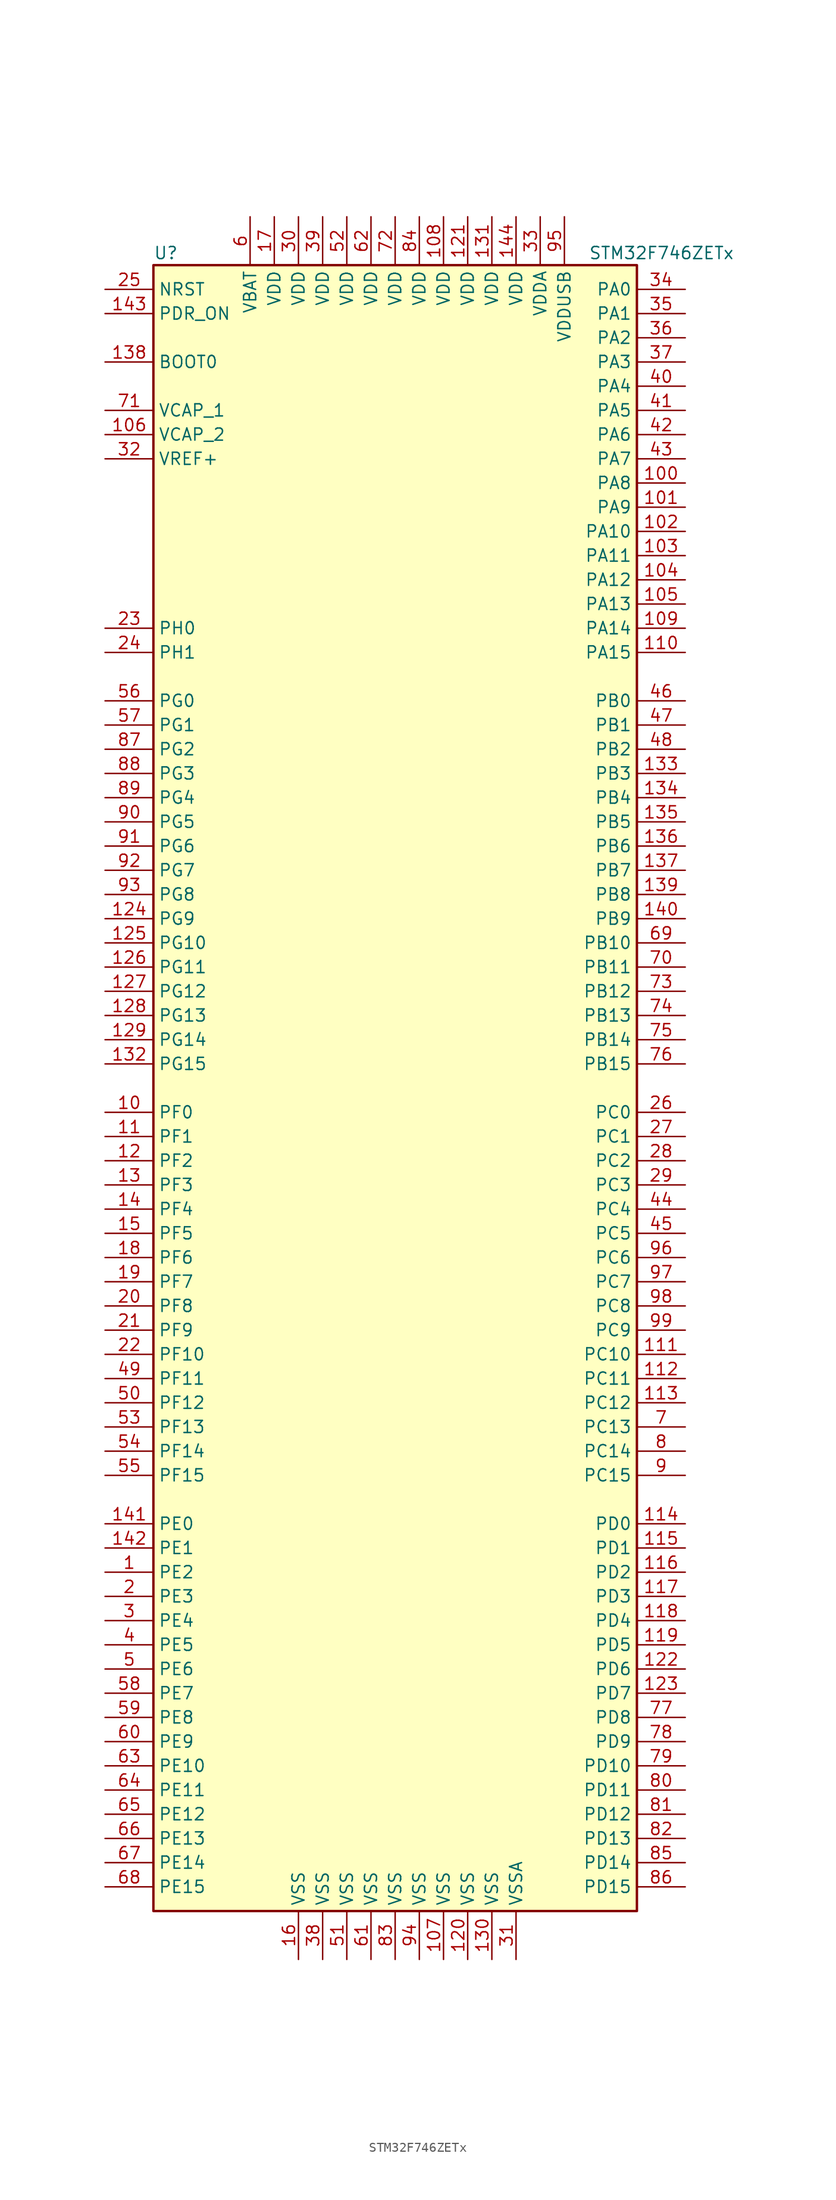
<source format=kicad_sym>
(kicad_symbol_lib
  (version 20201005)
  (generator kicad_symbol_editor)
  (symbol "MCU_ST_STM32F7:STM32F746ZETx"
    (property "Reference" "U"
      (at -25.4 87.63 0)
      (effects (font (size 1.27 1.27)) (justify left)))
    (property "Value" "STM32F746ZETx"
      (at 20.32 87.63 0)
      (effects (font (size 1.27 1.27)) (justify left)))
    (symbol "STM32F746ZETx_0_1"
      (rectangle (start -25.4 -86.36) (end 25.4 86.36) (stroke (width 0.254)) (fill (type background))))
    (symbol "STM32F746ZETx_1_1"
      (pin input line (at -30.48 76.2 0) (length 5.08) (name "BOOT0" (effects (font (size 1.27 1.27)))) (number "138" (effects (font (size 1.27 1.27)))))
      (pin input line (at -30.48 83.82 0) (length 5.08) (name "NRST" (effects (font (size 1.27 1.27)))) (number "25" (effects (font (size 1.27 1.27)))))
      (pin bidirectional line (at 30.48 83.82 180) (length 5.08) (name "PA0" (effects (font (size 1.27 1.27)))) (number "34" (effects (font (size 1.27 1.27)))))
      (pin bidirectional line (at 30.48 81.28 180) (length 5.08) (name "PA1" (effects (font (size 1.27 1.27)))) (number "35" (effects (font (size 1.27 1.27)))))
      (pin bidirectional line (at 30.48 58.42 180) (length 5.08) (name "PA10" (effects (font (size 1.27 1.27)))) (number "102" (effects (font (size 1.27 1.27)))))
      (pin bidirectional line (at 30.48 55.88 180) (length 5.08) (name "PA11" (effects (font (size 1.27 1.27)))) (number "103" (effects (font (size 1.27 1.27)))))
      (pin bidirectional line (at 30.48 53.34 180) (length 5.08) (name "PA12" (effects (font (size 1.27 1.27)))) (number "104" (effects (font (size 1.27 1.27)))))
      (pin bidirectional line (at 30.48 50.8 180) (length 5.08) (name "PA13" (effects (font (size 1.27 1.27)))) (number "105" (effects (font (size 1.27 1.27)))))
      (pin bidirectional line (at 30.48 48.26 180) (length 5.08) (name "PA14" (effects (font (size 1.27 1.27)))) (number "109" (effects (font (size 1.27 1.27)))))
      (pin bidirectional line (at 30.48 45.72 180) (length 5.08) (name "PA15" (effects (font (size 1.27 1.27)))) (number "110" (effects (font (size 1.27 1.27)))))
      (pin bidirectional line (at 30.48 78.74 180) (length 5.08) (name "PA2" (effects (font (size 1.27 1.27)))) (number "36" (effects (font (size 1.27 1.27)))))
      (pin bidirectional line (at 30.48 76.2 180) (length 5.08) (name "PA3" (effects (font (size 1.27 1.27)))) (number "37" (effects (font (size 1.27 1.27)))))
      (pin bidirectional line (at 30.48 73.66 180) (length 5.08) (name "PA4" (effects (font (size 1.27 1.27)))) (number "40" (effects (font (size 1.27 1.27)))))
      (pin bidirectional line (at 30.48 71.12 180) (length 5.08) (name "PA5" (effects (font (size 1.27 1.27)))) (number "41" (effects (font (size 1.27 1.27)))))
      (pin bidirectional line (at 30.48 68.58 180) (length 5.08) (name "PA6" (effects (font (size 1.27 1.27)))) (number "42" (effects (font (size 1.27 1.27)))))
      (pin bidirectional line (at 30.48 66.04 180) (length 5.08) (name "PA7" (effects (font (size 1.27 1.27)))) (number "43" (effects (font (size 1.27 1.27)))))
      (pin bidirectional line (at 30.48 63.5 180) (length 5.08) (name "PA8" (effects (font (size 1.27 1.27)))) (number "100" (effects (font (size 1.27 1.27)))))
      (pin bidirectional line (at 30.48 60.96 180) (length 5.08) (name "PA9" (effects (font (size 1.27 1.27)))) (number "101" (effects (font (size 1.27 1.27)))))
      (pin bidirectional line (at 30.48 40.64 180) (length 5.08) (name "PB0" (effects (font (size 1.27 1.27)))) (number "46" (effects (font (size 1.27 1.27)))))
      (pin bidirectional line (at 30.48 38.1 180) (length 5.08) (name "PB1" (effects (font (size 1.27 1.27)))) (number "47" (effects (font (size 1.27 1.27)))))
      (pin bidirectional line (at 30.48 15.24 180) (length 5.08) (name "PB10" (effects (font (size 1.27 1.27)))) (number "69" (effects (font (size 1.27 1.27)))))
      (pin bidirectional line (at 30.48 12.7 180) (length 5.08) (name "PB11" (effects (font (size 1.27 1.27)))) (number "70" (effects (font (size 1.27 1.27)))))
      (pin bidirectional line (at 30.48 10.16 180) (length 5.08) (name "PB12" (effects (font (size 1.27 1.27)))) (number "73" (effects (font (size 1.27 1.27)))))
      (pin bidirectional line (at 30.48 7.62 180) (length 5.08) (name "PB13" (effects (font (size 1.27 1.27)))) (number "74" (effects (font (size 1.27 1.27)))))
      (pin bidirectional line (at 30.48 5.08 180) (length 5.08) (name "PB14" (effects (font (size 1.27 1.27)))) (number "75" (effects (font (size 1.27 1.27)))))
      (pin bidirectional line (at 30.48 2.54 180) (length 5.08) (name "PB15" (effects (font (size 1.27 1.27)))) (number "76" (effects (font (size 1.27 1.27)))))
      (pin bidirectional line (at 30.48 35.56 180) (length 5.08) (name "PB2" (effects (font (size 1.27 1.27)))) (number "48" (effects (font (size 1.27 1.27)))))
      (pin bidirectional line (at 30.48 33.02 180) (length 5.08) (name "PB3" (effects (font (size 1.27 1.27)))) (number "133" (effects (font (size 1.27 1.27)))))
      (pin bidirectional line (at 30.48 30.48 180) (length 5.08) (name "PB4" (effects (font (size 1.27 1.27)))) (number "134" (effects (font (size 1.27 1.27)))))
      (pin bidirectional line (at 30.48 27.94 180) (length 5.08) (name "PB5" (effects (font (size 1.27 1.27)))) (number "135" (effects (font (size 1.27 1.27)))))
      (pin bidirectional line (at 30.48 25.4 180) (length 5.08) (name "PB6" (effects (font (size 1.27 1.27)))) (number "136" (effects (font (size 1.27 1.27)))))
      (pin bidirectional line (at 30.48 22.86 180) (length 5.08) (name "PB7" (effects (font (size 1.27 1.27)))) (number "137" (effects (font (size 1.27 1.27)))))
      (pin bidirectional line (at 30.48 20.32 180) (length 5.08) (name "PB8" (effects (font (size 1.27 1.27)))) (number "139" (effects (font (size 1.27 1.27)))))
      (pin bidirectional line (at 30.48 17.78 180) (length 5.08) (name "PB9" (effects (font (size 1.27 1.27)))) (number "140" (effects (font (size 1.27 1.27)))))
      (pin bidirectional line (at 30.48 -2.54 180) (length 5.08) (name "PC0" (effects (font (size 1.27 1.27)))) (number "26" (effects (font (size 1.27 1.27)))))
      (pin bidirectional line (at 30.48 -5.08 180) (length 5.08) (name "PC1" (effects (font (size 1.27 1.27)))) (number "27" (effects (font (size 1.27 1.27)))))
      (pin bidirectional line (at 30.48 -27.94 180) (length 5.08) (name "PC10" (effects (font (size 1.27 1.27)))) (number "111" (effects (font (size 1.27 1.27)))))
      (pin bidirectional line (at 30.48 -30.48 180) (length 5.08) (name "PC11" (effects (font (size 1.27 1.27)))) (number "112" (effects (font (size 1.27 1.27)))))
      (pin bidirectional line (at 30.48 -33.02 180) (length 5.08) (name "PC12" (effects (font (size 1.27 1.27)))) (number "113" (effects (font (size 1.27 1.27)))))
      (pin bidirectional line (at 30.48 -35.56 180) (length 5.08) (name "PC13" (effects (font (size 1.27 1.27)))) (number "7" (effects (font (size 1.27 1.27)))))
      (pin bidirectional line (at 30.48 -38.1 180) (length 5.08) (name "PC14" (effects (font (size 1.27 1.27)))) (number "8" (effects (font (size 1.27 1.27)))))
      (pin bidirectional line (at 30.48 -40.64 180) (length 5.08) (name "PC15" (effects (font (size 1.27 1.27)))) (number "9" (effects (font (size 1.27 1.27)))))
      (pin bidirectional line (at 30.48 -7.62 180) (length 5.08) (name "PC2" (effects (font (size 1.27 1.27)))) (number "28" (effects (font (size 1.27 1.27)))))
      (pin bidirectional line (at 30.48 -10.16 180) (length 5.08) (name "PC3" (effects (font (size 1.27 1.27)))) (number "29" (effects (font (size 1.27 1.27)))))
      (pin bidirectional line (at 30.48 -12.7 180) (length 5.08) (name "PC4" (effects (font (size 1.27 1.27)))) (number "44" (effects (font (size 1.27 1.27)))))
      (pin bidirectional line (at 30.48 -15.24 180) (length 5.08) (name "PC5" (effects (font (size 1.27 1.27)))) (number "45" (effects (font (size 1.27 1.27)))))
      (pin bidirectional line (at 30.48 -17.78 180) (length 5.08) (name "PC6" (effects (font (size 1.27 1.27)))) (number "96" (effects (font (size 1.27 1.27)))))
      (pin bidirectional line (at 30.48 -20.32 180) (length 5.08) (name "PC7" (effects (font (size 1.27 1.27)))) (number "97" (effects (font (size 1.27 1.27)))))
      (pin bidirectional line (at 30.48 -22.86 180) (length 5.08) (name "PC8" (effects (font (size 1.27 1.27)))) (number "98" (effects (font (size 1.27 1.27)))))
      (pin bidirectional line (at 30.48 -25.4 180) (length 5.08) (name "PC9" (effects (font (size 1.27 1.27)))) (number "99" (effects (font (size 1.27 1.27)))))
      (pin bidirectional line (at 30.48 -45.72 180) (length 5.08) (name "PD0" (effects (font (size 1.27 1.27)))) (number "114" (effects (font (size 1.27 1.27)))))
      (pin bidirectional line (at 30.48 -48.26 180) (length 5.08) (name "PD1" (effects (font (size 1.27 1.27)))) (number "115" (effects (font (size 1.27 1.27)))))
      (pin bidirectional line (at 30.48 -71.12 180) (length 5.08) (name "PD10" (effects (font (size 1.27 1.27)))) (number "79" (effects (font (size 1.27 1.27)))))
      (pin bidirectional line (at 30.48 -73.66 180) (length 5.08) (name "PD11" (effects (font (size 1.27 1.27)))) (number "80" (effects (font (size 1.27 1.27)))))
      (pin bidirectional line (at 30.48 -76.2 180) (length 5.08) (name "PD12" (effects (font (size 1.27 1.27)))) (number "81" (effects (font (size 1.27 1.27)))))
      (pin bidirectional line (at 30.48 -78.74 180) (length 5.08) (name "PD13" (effects (font (size 1.27 1.27)))) (number "82" (effects (font (size 1.27 1.27)))))
      (pin bidirectional line (at 30.48 -81.28 180) (length 5.08) (name "PD14" (effects (font (size 1.27 1.27)))) (number "85" (effects (font (size 1.27 1.27)))))
      (pin bidirectional line (at 30.48 -83.82 180) (length 5.08) (name "PD15" (effects (font (size 1.27 1.27)))) (number "86" (effects (font (size 1.27 1.27)))))
      (pin bidirectional line (at 30.48 -50.8 180) (length 5.08) (name "PD2" (effects (font (size 1.27 1.27)))) (number "116" (effects (font (size 1.27 1.27)))))
      (pin bidirectional line (at 30.48 -53.34 180) (length 5.08) (name "PD3" (effects (font (size 1.27 1.27)))) (number "117" (effects (font (size 1.27 1.27)))))
      (pin bidirectional line (at 30.48 -55.88 180) (length 5.08) (name "PD4" (effects (font (size 1.27 1.27)))) (number "118" (effects (font (size 1.27 1.27)))))
      (pin bidirectional line (at 30.48 -58.42 180) (length 5.08) (name "PD5" (effects (font (size 1.27 1.27)))) (number "119" (effects (font (size 1.27 1.27)))))
      (pin bidirectional line (at 30.48 -60.96 180) (length 5.08) (name "PD6" (effects (font (size 1.27 1.27)))) (number "122" (effects (font (size 1.27 1.27)))))
      (pin bidirectional line (at 30.48 -63.5 180) (length 5.08) (name "PD7" (effects (font (size 1.27 1.27)))) (number "123" (effects (font (size 1.27 1.27)))))
      (pin bidirectional line (at 30.48 -66.04 180) (length 5.08) (name "PD8" (effects (font (size 1.27 1.27)))) (number "77" (effects (font (size 1.27 1.27)))))
      (pin bidirectional line (at 30.48 -68.58 180) (length 5.08) (name "PD9" (effects (font (size 1.27 1.27)))) (number "78" (effects (font (size 1.27 1.27)))))
      (pin input line (at -30.48 81.28 0) (length 5.08) (name "PDR_ON" (effects (font (size 1.27 1.27)))) (number "143" (effects (font (size 1.27 1.27)))))
      (pin bidirectional line (at -30.48 -45.72 0) (length 5.08) (name "PE0" (effects (font (size 1.27 1.27)))) (number "141" (effects (font (size 1.27 1.27)))))
      (pin bidirectional line (at -30.48 -48.26 0) (length 5.08) (name "PE1" (effects (font (size 1.27 1.27)))) (number "142" (effects (font (size 1.27 1.27)))))
      (pin bidirectional line (at -30.48 -71.12 0) (length 5.08) (name "PE10" (effects (font (size 1.27 1.27)))) (number "63" (effects (font (size 1.27 1.27)))))
      (pin bidirectional line (at -30.48 -73.66 0) (length 5.08) (name "PE11" (effects (font (size 1.27 1.27)))) (number "64" (effects (font (size 1.27 1.27)))))
      (pin bidirectional line (at -30.48 -76.2 0) (length 5.08) (name "PE12" (effects (font (size 1.27 1.27)))) (number "65" (effects (font (size 1.27 1.27)))))
      (pin bidirectional line (at -30.48 -78.74 0) (length 5.08) (name "PE13" (effects (font (size 1.27 1.27)))) (number "66" (effects (font (size 1.27 1.27)))))
      (pin bidirectional line (at -30.48 -81.28 0) (length 5.08) (name "PE14" (effects (font (size 1.27 1.27)))) (number "67" (effects (font (size 1.27 1.27)))))
      (pin bidirectional line (at -30.48 -83.82 0) (length 5.08) (name "PE15" (effects (font (size 1.27 1.27)))) (number "68" (effects (font (size 1.27 1.27)))))
      (pin bidirectional line (at -30.48 -50.8 0) (length 5.08) (name "PE2" (effects (font (size 1.27 1.27)))) (number "1" (effects (font (size 1.27 1.27)))))
      (pin bidirectional line (at -30.48 -53.34 0) (length 5.08) (name "PE3" (effects (font (size 1.27 1.27)))) (number "2" (effects (font (size 1.27 1.27)))))
      (pin bidirectional line (at -30.48 -55.88 0) (length 5.08) (name "PE4" (effects (font (size 1.27 1.27)))) (number "3" (effects (font (size 1.27 1.27)))))
      (pin bidirectional line (at -30.48 -58.42 0) (length 5.08) (name "PE5" (effects (font (size 1.27 1.27)))) (number "4" (effects (font (size 1.27 1.27)))))
      (pin bidirectional line (at -30.48 -60.96 0) (length 5.08) (name "PE6" (effects (font (size 1.27 1.27)))) (number "5" (effects (font (size 1.27 1.27)))))
      (pin bidirectional line (at -30.48 -63.5 0) (length 5.08) (name "PE7" (effects (font (size 1.27 1.27)))) (number "58" (effects (font (size 1.27 1.27)))))
      (pin bidirectional line (at -30.48 -66.04 0) (length 5.08) (name "PE8" (effects (font (size 1.27 1.27)))) (number "59" (effects (font (size 1.27 1.27)))))
      (pin bidirectional line (at -30.48 -68.58 0) (length 5.08) (name "PE9" (effects (font (size 1.27 1.27)))) (number "60" (effects (font (size 1.27 1.27)))))
      (pin bidirectional line (at -30.48 -2.54 0) (length 5.08) (name "PF0" (effects (font (size 1.27 1.27)))) (number "10" (effects (font (size 1.27 1.27)))))
      (pin bidirectional line (at -30.48 -5.08 0) (length 5.08) (name "PF1" (effects (font (size 1.27 1.27)))) (number "11" (effects (font (size 1.27 1.27)))))
      (pin bidirectional line (at -30.48 -27.94 0) (length 5.08) (name "PF10" (effects (font (size 1.27 1.27)))) (number "22" (effects (font (size 1.27 1.27)))))
      (pin bidirectional line (at -30.48 -30.48 0) (length 5.08) (name "PF11" (effects (font (size 1.27 1.27)))) (number "49" (effects (font (size 1.27 1.27)))))
      (pin bidirectional line (at -30.48 -33.02 0) (length 5.08) (name "PF12" (effects (font (size 1.27 1.27)))) (number "50" (effects (font (size 1.27 1.27)))))
      (pin bidirectional line (at -30.48 -35.56 0) (length 5.08) (name "PF13" (effects (font (size 1.27 1.27)))) (number "53" (effects (font (size 1.27 1.27)))))
      (pin bidirectional line (at -30.48 -38.1 0) (length 5.08) (name "PF14" (effects (font (size 1.27 1.27)))) (number "54" (effects (font (size 1.27 1.27)))))
      (pin bidirectional line (at -30.48 -40.64 0) (length 5.08) (name "PF15" (effects (font (size 1.27 1.27)))) (number "55" (effects (font (size 1.27 1.27)))))
      (pin bidirectional line (at -30.48 -7.62 0) (length 5.08) (name "PF2" (effects (font (size 1.27 1.27)))) (number "12" (effects (font (size 1.27 1.27)))))
      (pin bidirectional line (at -30.48 -10.16 0) (length 5.08) (name "PF3" (effects (font (size 1.27 1.27)))) (number "13" (effects (font (size 1.27 1.27)))))
      (pin bidirectional line (at -30.48 -12.7 0) (length 5.08) (name "PF4" (effects (font (size 1.27 1.27)))) (number "14" (effects (font (size 1.27 1.27)))))
      (pin bidirectional line (at -30.48 -15.24 0) (length 5.08) (name "PF5" (effects (font (size 1.27 1.27)))) (number "15" (effects (font (size 1.27 1.27)))))
      (pin bidirectional line (at -30.48 -17.78 0) (length 5.08) (name "PF6" (effects (font (size 1.27 1.27)))) (number "18" (effects (font (size 1.27 1.27)))))
      (pin bidirectional line (at -30.48 -20.32 0) (length 5.08) (name "PF7" (effects (font (size 1.27 1.27)))) (number "19" (effects (font (size 1.27 1.27)))))
      (pin bidirectional line (at -30.48 -22.86 0) (length 5.08) (name "PF8" (effects (font (size 1.27 1.27)))) (number "20" (effects (font (size 1.27 1.27)))))
      (pin bidirectional line (at -30.48 -25.4 0) (length 5.08) (name "PF9" (effects (font (size 1.27 1.27)))) (number "21" (effects (font (size 1.27 1.27)))))
      (pin bidirectional line (at -30.48 40.64 0) (length 5.08) (name "PG0" (effects (font (size 1.27 1.27)))) (number "56" (effects (font (size 1.27 1.27)))))
      (pin bidirectional line (at -30.48 38.1 0) (length 5.08) (name "PG1" (effects (font (size 1.27 1.27)))) (number "57" (effects (font (size 1.27 1.27)))))
      (pin bidirectional line (at -30.48 15.24 0) (length 5.08) (name "PG10" (effects (font (size 1.27 1.27)))) (number "125" (effects (font (size 1.27 1.27)))))
      (pin bidirectional line (at -30.48 12.7 0) (length 5.08) (name "PG11" (effects (font (size 1.27 1.27)))) (number "126" (effects (font (size 1.27 1.27)))))
      (pin bidirectional line (at -30.48 10.16 0) (length 5.08) (name "PG12" (effects (font (size 1.27 1.27)))) (number "127" (effects (font (size 1.27 1.27)))))
      (pin bidirectional line (at -30.48 7.62 0) (length 5.08) (name "PG13" (effects (font (size 1.27 1.27)))) (number "128" (effects (font (size 1.27 1.27)))))
      (pin bidirectional line (at -30.48 5.08 0) (length 5.08) (name "PG14" (effects (font (size 1.27 1.27)))) (number "129" (effects (font (size 1.27 1.27)))))
      (pin bidirectional line (at -30.48 2.54 0) (length 5.08) (name "PG15" (effects (font (size 1.27 1.27)))) (number "132" (effects (font (size 1.27 1.27)))))
      (pin bidirectional line (at -30.48 35.56 0) (length 5.08) (name "PG2" (effects (font (size 1.27 1.27)))) (number "87" (effects (font (size 1.27 1.27)))))
      (pin bidirectional line (at -30.48 33.02 0) (length 5.08) (name "PG3" (effects (font (size 1.27 1.27)))) (number "88" (effects (font (size 1.27 1.27)))))
      (pin bidirectional line (at -30.48 30.48 0) (length 5.08) (name "PG4" (effects (font (size 1.27 1.27)))) (number "89" (effects (font (size 1.27 1.27)))))
      (pin bidirectional line (at -30.48 27.94 0) (length 5.08) (name "PG5" (effects (font (size 1.27 1.27)))) (number "90" (effects (font (size 1.27 1.27)))))
      (pin bidirectional line (at -30.48 25.4 0) (length 5.08) (name "PG6" (effects (font (size 1.27 1.27)))) (number "91" (effects (font (size 1.27 1.27)))))
      (pin bidirectional line (at -30.48 22.86 0) (length 5.08) (name "PG7" (effects (font (size 1.27 1.27)))) (number "92" (effects (font (size 1.27 1.27)))))
      (pin bidirectional line (at -30.48 20.32 0) (length 5.08) (name "PG8" (effects (font (size 1.27 1.27)))) (number "93" (effects (font (size 1.27 1.27)))))
      (pin bidirectional line (at -30.48 17.78 0) (length 5.08) (name "PG9" (effects (font (size 1.27 1.27)))) (number "124" (effects (font (size 1.27 1.27)))))
      (pin input line (at -30.48 48.26 0) (length 5.08) (name "PH0" (effects (font (size 1.27 1.27)))) (number "23" (effects (font (size 1.27 1.27)))))
      (pin input line (at -30.48 45.72 0) (length 5.08) (name "PH1" (effects (font (size 1.27 1.27)))) (number "24" (effects (font (size 1.27 1.27)))))
      (pin power_in line (at -15.24 91.44 270) (length 5.08) (name "VBAT" (effects (font (size 1.27 1.27)))) (number "6" (effects (font (size 1.27 1.27)))))
      (pin power_in line (at -30.48 71.12 0) (length 5.08) (name "VCAP_1" (effects (font (size 1.27 1.27)))) (number "71" (effects (font (size 1.27 1.27)))))
      (pin power_in line (at -30.48 68.58 0) (length 5.08) (name "VCAP_2" (effects (font (size 1.27 1.27)))) (number "106" (effects (font (size 1.27 1.27)))))
      (pin power_in line (at 5.08 91.44 270) (length 5.08) (name "VDD" (effects (font (size 1.27 1.27)))) (number "108" (effects (font (size 1.27 1.27)))))
      (pin power_in line (at 7.62 91.44 270) (length 5.08) (name "VDD" (effects (font (size 1.27 1.27)))) (number "121" (effects (font (size 1.27 1.27)))))
      (pin power_in line (at 10.16 91.44 270) (length 5.08) (name "VDD" (effects (font (size 1.27 1.27)))) (number "131" (effects (font (size 1.27 1.27)))))
      (pin power_in line (at 12.7 91.44 270) (length 5.08) (name "VDD" (effects (font (size 1.27 1.27)))) (number "144" (effects (font (size 1.27 1.27)))))
      (pin power_in line (at -12.7 91.44 270) (length 5.08) (name "VDD" (effects (font (size 1.27 1.27)))) (number "17" (effects (font (size 1.27 1.27)))))
      (pin power_in line (at -10.16 91.44 270) (length 5.08) (name "VDD" (effects (font (size 1.27 1.27)))) (number "30" (effects (font (size 1.27 1.27)))))
      (pin power_in line (at -7.62 91.44 270) (length 5.08) (name "VDD" (effects (font (size 1.27 1.27)))) (number "39" (effects (font (size 1.27 1.27)))))
      (pin power_in line (at -5.08 91.44 270) (length 5.08) (name "VDD" (effects (font (size 1.27 1.27)))) (number "52" (effects (font (size 1.27 1.27)))))
      (pin power_in line (at -2.54 91.44 270) (length 5.08) (name "VDD" (effects (font (size 1.27 1.27)))) (number "62" (effects (font (size 1.27 1.27)))))
      (pin power_in line (at 0 91.44 270) (length 5.08) (name "VDD" (effects (font (size 1.27 1.27)))) (number "72" (effects (font (size 1.27 1.27)))))
      (pin power_in line (at 2.54 91.44 270) (length 5.08) (name "VDD" (effects (font (size 1.27 1.27)))) (number "84" (effects (font (size 1.27 1.27)))))
      (pin power_in line (at 15.24 91.44 270) (length 5.08) (name "VDDA" (effects (font (size 1.27 1.27)))) (number "33" (effects (font (size 1.27 1.27)))))
      (pin power_in line (at 17.78 91.44 270) (length 5.08) (name "VDDUSB" (effects (font (size 1.27 1.27)))) (number "95" (effects (font (size 1.27 1.27)))))
      (pin power_in line (at -30.48 66.04 0) (length 5.08) (name "VREF+" (effects (font (size 1.27 1.27)))) (number "32" (effects (font (size 1.27 1.27)))))
      (pin power_in line (at 5.08 -91.44 90) (length 5.08) (name "VSS" (effects (font (size 1.27 1.27)))) (number "107" (effects (font (size 1.27 1.27)))))
      (pin power_in line (at 7.62 -91.44 90) (length 5.08) (name "VSS" (effects (font (size 1.27 1.27)))) (number "120" (effects (font (size 1.27 1.27)))))
      (pin power_in line (at 10.16 -91.44 90) (length 5.08) (name "VSS" (effects (font (size 1.27 1.27)))) (number "130" (effects (font (size 1.27 1.27)))))
      (pin power_in line (at -10.16 -91.44 90) (length 5.08) (name "VSS" (effects (font (size 1.27 1.27)))) (number "16" (effects (font (size 1.27 1.27)))))
      (pin power_in line (at -7.62 -91.44 90) (length 5.08) (name "VSS" (effects (font (size 1.27 1.27)))) (number "38" (effects (font (size 1.27 1.27)))))
      (pin power_in line (at -5.08 -91.44 90) (length 5.08) (name "VSS" (effects (font (size 1.27 1.27)))) (number "51" (effects (font (size 1.27 1.27)))))
      (pin power_in line (at -2.54 -91.44 90) (length 5.08) (name "VSS" (effects (font (size 1.27 1.27)))) (number "61" (effects (font (size 1.27 1.27)))))
      (pin power_in line (at 0 -91.44 90) (length 5.08) (name "VSS" (effects (font (size 1.27 1.27)))) (number "83" (effects (font (size 1.27 1.27)))))
      (pin power_in line (at 2.54 -91.44 90) (length 5.08) (name "VSS" (effects (font (size 1.27 1.27)))) (number "94" (effects (font (size 1.27 1.27)))))
      (pin power_in line (at 12.7 -91.44 90) (length 5.08) (name "VSSA" (effects (font (size 1.27 1.27)))) (number "31" (effects (font (size 1.27 1.27))))))))
</source>
